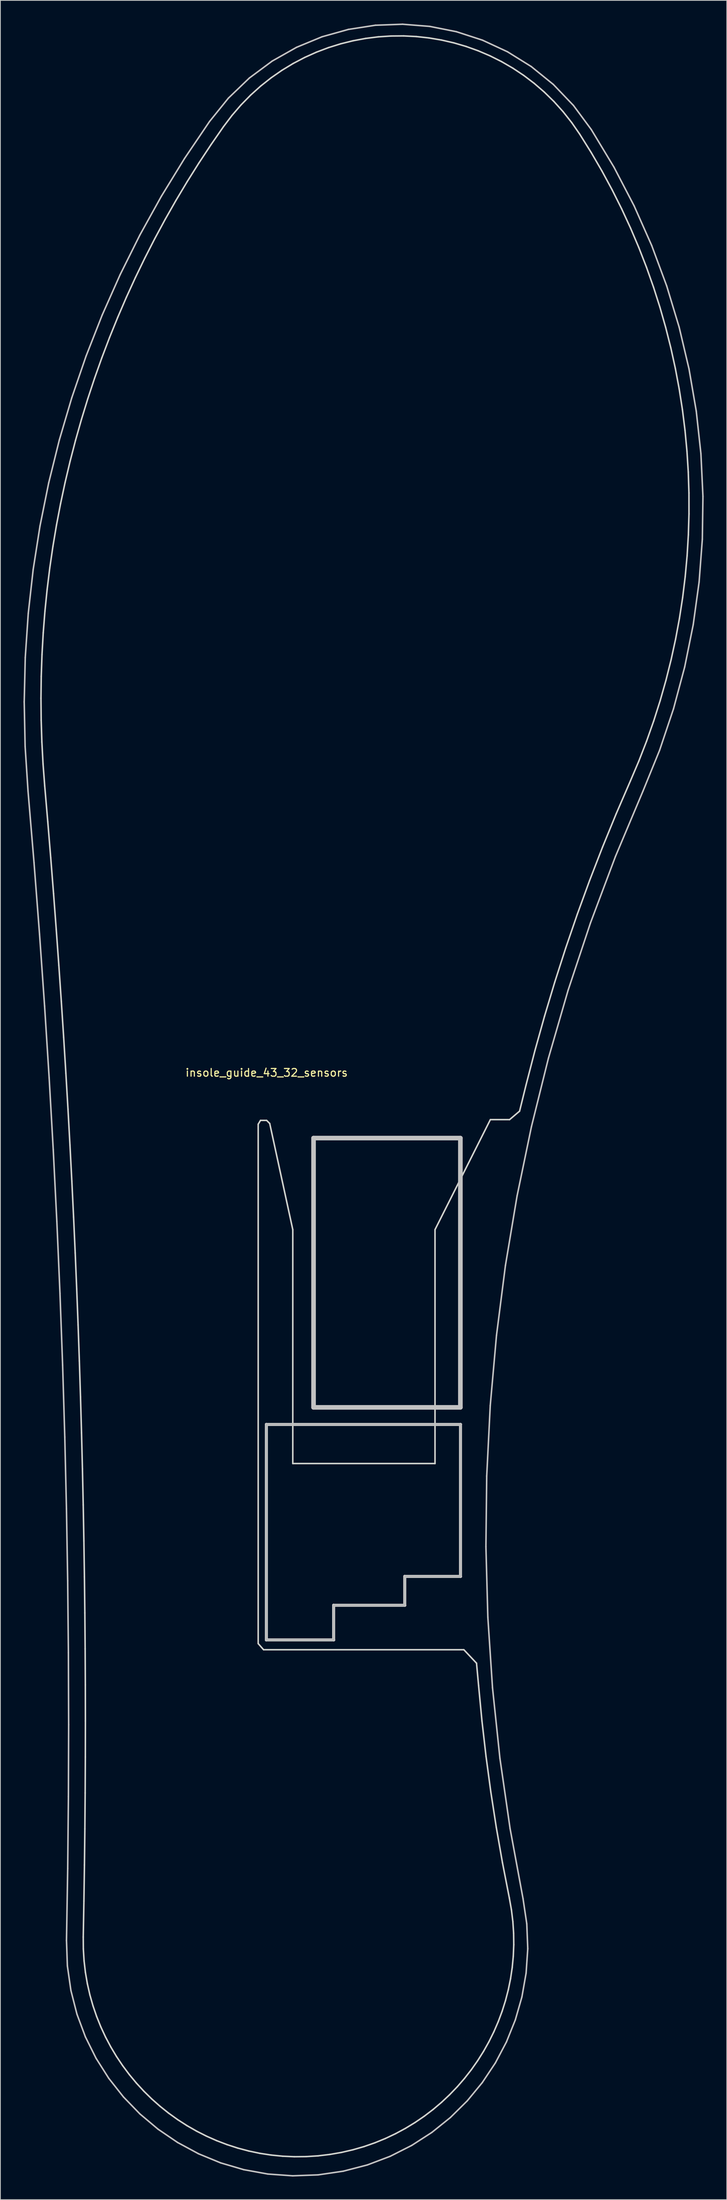
<source format=kicad_pcb>
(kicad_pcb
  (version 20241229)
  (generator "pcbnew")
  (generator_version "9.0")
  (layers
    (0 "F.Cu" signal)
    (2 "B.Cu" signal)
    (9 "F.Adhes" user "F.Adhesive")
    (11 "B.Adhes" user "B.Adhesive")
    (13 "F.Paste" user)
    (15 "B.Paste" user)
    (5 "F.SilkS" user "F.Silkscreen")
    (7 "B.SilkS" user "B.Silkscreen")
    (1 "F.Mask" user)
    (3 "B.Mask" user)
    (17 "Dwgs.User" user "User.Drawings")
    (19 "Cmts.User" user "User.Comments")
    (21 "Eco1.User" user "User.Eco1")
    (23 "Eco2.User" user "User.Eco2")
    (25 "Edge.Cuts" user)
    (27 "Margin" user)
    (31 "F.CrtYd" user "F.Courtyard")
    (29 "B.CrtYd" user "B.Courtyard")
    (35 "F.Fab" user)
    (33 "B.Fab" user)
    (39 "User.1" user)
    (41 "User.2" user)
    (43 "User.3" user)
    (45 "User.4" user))
  (footprint "insole_guide_43_32_sensors"
    (layer "F.Cu")
    (at 31.534 144.171)
    (property "Reference" "insole_guide_43_32_sensors" (at 0.1 -7.8 0) (layer "F.SilkS") (effects (font (size 1 1) (thickness 0.15))))
    (attr through_hole)
    (fp_line (start -31.434 -55.99) (end -31.316 -50.21) (stroke (width 0.2) (type solid)) (layer "Dwgs.User"))
    (fp_line (start -31.316 -50.21) (end -30.94 -44.421) (stroke (width 0.2) (type solid)) (layer "Dwgs.User"))
    (fp_line (start -31.298 -61.754) (end -31.434 -55.99) (stroke (width 0.2) (type solid)) (layer "Dwgs.User"))
    (fp_line (start -30.94 -44.421) (end -30.159 -35.104) (stroke (width 0.2) (type solid)) (layer "Dwgs.User"))
    (fp_line (start -30.909 -67.491) (end -31.298 -61.754) (stroke (width 0.2) (type solid)) (layer "Dwgs.User"))
    (fp_line (start -30.269 -73.196) (end -30.909 -67.491) (stroke (width 0.2) (type solid)) (layer "Dwgs.User"))
    (fp_line (start -30.159 -35.104) (end -29.44 -25.784) (stroke (width 0.2) (type solid)) (layer "Dwgs.User"))
    (fp_line (start -29.44 -25.784) (end -28.784 -16.459) (stroke (width 0.2) (type solid)) (layer "Dwgs.User"))
    (fp_line (start -29.381 -78.859) (end -30.269 -73.196) (stroke (width 0.2) (type solid)) (layer "Dwgs.User"))
    (fp_line (start -28.784 -16.459) (end -28.19 -7.131) (stroke (width 0.2) (type solid)) (layer "Dwgs.User"))
    (fp_line (start -28.247 -84.472) (end -29.381 -78.859) (stroke (width 0.2) (type solid)) (layer "Dwgs.User"))
    (fp_line (start -28.19 -7.131) (end -27.659 2.201) (stroke (width 0.2) (type solid)) (layer "Dwgs.User"))
    (fp_line (start -27.659 2.201) (end -27.19 11.536) (stroke (width 0.2) (type solid)) (layer "Dwgs.User"))
    (fp_line (start -27.19 11.536) (end -26.783 20.873) (stroke (width 0.2) (type solid)) (layer "Dwgs.User"))
    (fp_line (start -26.869 -90.028) (end -28.247 -84.472) (stroke (width 0.2) (type solid)) (layer "Dwgs.User"))
    (fp_line (start -26.783 20.873) (end -26.439 30.213) (stroke (width 0.2) (type solid)) (layer "Dwgs.User"))
    (fp_line (start -26.439 30.213) (end -26.157 39.555) (stroke (width 0.2) (type solid)) (layer "Dwgs.User"))
    (fp_line (start -26.157 39.555) (end -25.938 48.898) (stroke (width 0.2) (type solid)) (layer "Dwgs.User"))
    (fp_line (start -25.938 48.898) (end -25.781 58.244) (stroke (width 0.2) (type solid)) (layer "Dwgs.User"))
    (fp_line (start -25.934 104.98) (end -25.821 108.287) (stroke (width 0.2) (type solid)) (layer "Dwgs.User"))
    (fp_line (start -25.821 108.287) (end -25.361 111.491) (stroke (width 0.2) (type solid)) (layer "Dwgs.User"))
    (fp_line (start -25.781 58.244) (end -25.687 67.59) (stroke (width 0.2) (type solid)) (layer "Dwgs.User"))
    (fp_line (start -25.778 95.632) (end -25.934 104.98) (stroke (width 0.2) (type solid)) (layer "Dwgs.User"))
    (fp_line (start -25.687 67.59) (end -25.655 76.937) (stroke (width 0.2) (type solid)) (layer "Dwgs.User"))
    (fp_line (start -25.685 86.285) (end -25.778 95.632) (stroke (width 0.2) (type solid)) (layer "Dwgs.User"))
    (fp_line (start -25.655 76.937) (end -25.685 86.285) (stroke (width 0.2) (type solid)) (layer "Dwgs.User"))
    (fp_line (start -25.361 111.491) (end -24.573 114.572) (stroke (width 0.2) (type solid)) (layer "Dwgs.User"))
    (fp_line (start -25.249 -95.518) (end -26.869 -90.028) (stroke (width 0.2) (type solid)) (layer "Dwgs.User"))
    (fp_line (start -24.573 114.572) (end -23.476 117.515) (stroke (width 0.2) (type solid)) (layer "Dwgs.User"))
    (fp_line (start -23.476 117.515) (end -22.09 120.3) (stroke (width 0.2) (type solid)) (layer "Dwgs.User"))
    (fp_line (start -23.39 -100.935) (end -25.249 -95.518) (stroke (width 0.2) (type solid)) (layer "Dwgs.User"))
    (fp_line (start -22.09 120.3) (end -20.433 122.91) (stroke (width 0.2) (type solid)) (layer "Dwgs.User"))
    (fp_line (start -21.293 -106.27) (end -23.39 -100.935) (stroke (width 0.2) (type solid)) (layer "Dwgs.User"))
    (fp_line (start -20.433 122.91) (end -18.525 125.327) (stroke (width 0.2) (type solid)) (layer "Dwgs.User"))
    (fp_line (start -18.961 -111.515) (end -21.293 -106.27) (stroke (width 0.2) (type solid)) (layer "Dwgs.User"))
    (fp_line (start -18.525 125.327) (end -16.385 127.534) (stroke (width 0.2) (type solid)) (layer "Dwgs.User"))
    (fp_line (start -16.396 -116.662) (end -18.961 -111.515) (stroke (width 0.2) (type solid)) (layer "Dwgs.User"))
    (fp_line (start -16.385 127.534) (end -14.032 129.512) (stroke (width 0.2) (type solid)) (layer "Dwgs.User"))
    (fp_line (start -14.032 129.512) (end -11.485 131.243) (stroke (width 0.2) (type solid)) (layer "Dwgs.User"))
    (fp_line (start -13.6 -121.703) (end -16.396 -116.662) (stroke (width 0.2) (type solid)) (layer "Dwgs.User"))
    (fp_line (start -11.485 131.243) (end -8.764 132.71) (stroke (width 0.2) (type solid)) (layer "Dwgs.User"))
    (fp_line (start -10.576 -126.631) (end -13.6 -121.703) (stroke (width 0.2) (type solid)) (layer "Dwgs.User"))
    (fp_line (start -8.764 132.71) (end -5.887 133.895) (stroke (width 0.2) (type solid)) (layer "Dwgs.User"))
    (fp_line (start -7.325 -131.436) (end -10.576 -126.631) (stroke (width 0.2) (type solid)) (layer "Dwgs.User"))
    (fp_line (start -5.887 133.895) (end -2.874 134.78) (stroke (width 0.2) (type solid)) (layer "Dwgs.User"))
    (fp_line (start -4.872 -134.47) (end -7.325 -131.436) (stroke (width 0.2) (type solid)) (layer "Dwgs.User"))
    (fp_line (start -2.874 134.78) (end 0.256 135.346) (stroke (width 0.2) (type solid)) (layer "Dwgs.User"))
    (fp_line (start -2.141 -137.087) (end -4.872 -134.47) (stroke (width 0.2) (type solid)) (layer "Dwgs.User"))
    (fp_line (start -0.035 37.905) (end -0.032 37.896) (stroke (width 0.2) (type solid)) (layer "Dwgs.User"))
    (fp_line (start -0.035 37.913) (end -0.035 37.905) (stroke (width 0.2) (type solid)) (layer "Dwgs.User"))
    (fp_line (start -0.035 65.931) (end -0.035 37.913) (stroke (width 0.2) (type solid)) (layer "Dwgs.User"))
    (fp_line (start -0.035 65.931) (end -0.035 65.931) (stroke (width 0.2) (type solid)) (layer "Dwgs.User"))
    (fp_line (start -0.035 65.94) (end -0.035 65.931) (stroke (width 0.2) (type solid)) (layer "Dwgs.User"))
    (fp_line (start -0.032 37.896) (end -0.03 37.888) (stroke (width 0.2) (type solid)) (layer "Dwgs.User"))
    (fp_line (start -0.032 65.948) (end -0.035 65.94) (stroke (width 0.2) (type solid)) (layer "Dwgs.User"))
    (fp_line (start -0.03 37.888) (end -0.026 37.88) (stroke (width 0.2) (type solid)) (layer "Dwgs.User"))
    (fp_line (start -0.03 65.957) (end -0.032 65.948) (stroke (width 0.2) (type solid)) (layer "Dwgs.User"))
    (fp_line (start -0.026 37.88) (end -0.023 37.871) (stroke (width 0.2) (type solid)) (layer "Dwgs.User"))
    (fp_line (start -0.026 65.965) (end -0.03 65.957) (stroke (width 0.2) (type solid)) (layer "Dwgs.User"))
    (fp_line (start -0.023 37.871) (end -0.017 37.865) (stroke (width 0.2) (type solid)) (layer "Dwgs.User"))
    (fp_line (start -0.023 65.973) (end -0.026 65.965) (stroke (width 0.2) (type solid)) (layer "Dwgs.User"))
    (fp_line (start -0.017 37.865) (end -0.013 37.857) (stroke (width 0.2) (type solid)) (layer "Dwgs.User"))
    (fp_line (start -0.017 65.98) (end -0.023 65.973) (stroke (width 0.2) (type solid)) (layer "Dwgs.User"))
    (fp_line (start -0.013 37.857) (end -0.006 37.851) (stroke (width 0.2) (type solid)) (layer "Dwgs.User"))
    (fp_line (start -0.013 65.987) (end -0.017 65.98) (stroke (width 0.2) (type solid)) (layer "Dwgs.User"))
    (fp_line (start -0.006 37.851) (end 0 37.844) (stroke (width 0.2) (type solid)) (layer "Dwgs.User"))
    (fp_line (start -0.006 65.993) (end -0.013 65.987) (stroke (width 0.2) (type solid)) (layer "Dwgs.User"))
    (fp_line (start 0 37.844) (end 0.007 37.84) (stroke (width 0.2) (type solid)) (layer "Dwgs.User"))
    (fp_line (start 0 66) (end -0.006 65.993) (stroke (width 0.2) (type solid)) (layer "Dwgs.User"))
    (fp_line (start 0.007 37.84) (end 0.014 37.834) (stroke (width 0.2) (type solid)) (layer "Dwgs.User"))
    (fp_line (start 0.007 66.004) (end 0 66) (stroke (width 0.2) (type solid)) (layer "Dwgs.User"))
    (fp_line (start 0.014 37.834) (end 0.023 37.831) (stroke (width 0.2) (type solid)) (layer "Dwgs.User"))
    (fp_line (start 0.014 66.01) (end 0.007 66.004) (stroke (width 0.2) (type solid)) (layer "Dwgs.User"))
    (fp_line (start 0.023 37.831) (end 0.03 37.827) (stroke (width 0.2) (type solid)) (layer "Dwgs.User"))
    (fp_line (start 0.023 66.013) (end 0.014 66.01) (stroke (width 0.2) (type solid)) (layer "Dwgs.User"))
    (fp_line (start 0.03 37.827) (end 0.039 37.825) (stroke (width 0.2) (type solid)) (layer "Dwgs.User"))
    (fp_line (start 0.03 66.018) (end 0.023 66.013) (stroke (width 0.2) (type solid)) (layer "Dwgs.User"))
    (fp_line (start 0.039 37.825) (end 0.047 37.822) (stroke (width 0.2) (type solid)) (layer "Dwgs.User"))
    (fp_line (start 0.039 66.019) (end 0.03 66.018) (stroke (width 0.2) (type solid)) (layer "Dwgs.User"))
    (fp_line (start 0.047 37.822) (end 0.056 37.822) (stroke (width 0.2) (type solid)) (layer "Dwgs.User"))
    (fp_line (start 0.047 66.022) (end 0.039 66.019) (stroke (width 0.2) (type solid)) (layer "Dwgs.User"))
    (fp_line (start 0.056 37.822) (end 0.056 37.822) (stroke (width 0.2) (type solid)) (layer "Dwgs.User"))
    (fp_line (start 0.056 37.822) (end 25.324 37.822) (stroke (width 0.2) (type solid)) (layer "Dwgs.User"))
    (fp_line (start 0.056 66.022) (end 0.047 66.022) (stroke (width 0.2) (type solid)) (layer "Dwgs.User"))
    (fp_line (start 0.056 66.022) (end 0.056 66.022) (stroke (width 0.2) (type solid)) (layer "Dwgs.User"))
    (fp_line (start 0.165 38.022) (end 0.165 65.822) (stroke (width 0.2) (type solid)) (layer "Dwgs.User"))
    (fp_line (start 0.165 65.822) (end 8.715 65.822) (stroke (width 0.2) (type solid)) (layer "Dwgs.User"))
    (fp_line (start 0.256 135.346) (end 3.484 135.577) (stroke (width 0.2) (type solid)) (layer "Dwgs.User"))
    (fp_line (start 0.826 -139.287) (end -2.141 -137.087) (stroke (width 0.2) (type solid)) (layer "Dwgs.User"))
    (fp_line (start 3.484 135.577) (end 6.79 135.455) (stroke (width 0.2) (type solid)) (layer "Dwgs.User"))
    (fp_line (start 3.989 -141.072) (end 0.826 -139.287) (stroke (width 0.2) (type solid)) (layer "Dwgs.User"))
    (fp_line (start 6.2 0.7) (end 25.3 0.7) (stroke (width 0.6) (type solid)) (layer "Dwgs.User"))
    (fp_line (start 6.2 35.7) (end 6.2 0.7) (stroke (width 0.6) (type solid)) (layer "Dwgs.User"))
    (fp_line (start 6.79 135.455) (end 10.065 134.976) (stroke (width 0.2) (type solid)) (layer "Dwgs.User"))
    (fp_line (start 7.306 -142.442) (end 3.989 -141.072) (stroke (width 0.2) (type solid)) (layer "Dwgs.User"))
    (fp_line (start 8.715 61.405) (end 8.718 61.396) (stroke (width 0.2) (type solid)) (layer "Dwgs.User"))
    (fp_line (start 8.715 61.413) (end 8.715 61.405) (stroke (width 0.2) (type solid)) (layer "Dwgs.User"))
    (fp_line (start 8.715 61.413) (end 8.715 61.413) (stroke (width 0.2) (type solid)) (layer "Dwgs.User"))
    (fp_line (start 8.715 65.822) (end 8.715 61.413) (stroke (width 0.2) (type solid)) (layer "Dwgs.User"))
    (fp_line (start 8.718 61.396) (end 8.72 61.388) (stroke (width 0.2) (type solid)) (layer "Dwgs.User"))
    (fp_line (start 8.72 61.388) (end 8.724 61.38) (stroke (width 0.2) (type solid)) (layer "Dwgs.User"))
    (fp_line (start 8.724 61.38) (end 8.727 61.371) (stroke (width 0.2) (type solid)) (layer "Dwgs.User"))
    (fp_line (start 8.727 61.371) (end 8.733 61.365) (stroke (width 0.2) (type solid)) (layer "Dwgs.User"))
    (fp_line (start 8.733 61.365) (end 8.737 61.357) (stroke (width 0.2) (type solid)) (layer "Dwgs.User"))
    (fp_line (start 8.737 61.357) (end 8.744 61.351) (stroke (width 0.2) (type solid)) (layer "Dwgs.User"))
    (fp_line (start 8.744 61.351) (end 8.75 61.344) (stroke (width 0.2) (type solid)) (layer "Dwgs.User"))
    (fp_line (start 8.75 61.344) (end 8.757 61.34) (stroke (width 0.2) (type solid)) (layer "Dwgs.User"))
    (fp_line (start 8.757 61.34) (end 8.764 61.334) (stroke (width 0.2) (type solid)) (layer "Dwgs.User"))
    (fp_line (start 8.764 61.334) (end 8.773 61.331) (stroke (width 0.2) (type solid)) (layer "Dwgs.User"))
    (fp_line (start 8.773 61.331) (end 8.78 61.327) (stroke (width 0.2) (type solid)) (layer "Dwgs.User"))
    (fp_line (start 8.78 61.327) (end 8.789 61.325) (stroke (width 0.2) (type solid)) (layer "Dwgs.User"))
    (fp_line (start 8.789 61.325) (end 8.797 61.322) (stroke (width 0.2) (type solid)) (layer "Dwgs.User"))
    (fp_line (start 8.797 61.322) (end 8.806 61.322) (stroke (width 0.2) (type solid)) (layer "Dwgs.User"))
    (fp_line (start 8.806 61.322) (end 8.806 61.322) (stroke (width 0.2) (type solid)) (layer "Dwgs.User"))
    (fp_line (start 8.806 61.322) (end 17.965 61.322) (stroke (width 0.2) (type solid)) (layer "Dwgs.User"))
    (fp_line (start 8.824 66.022) (end 0.056 66.022) (stroke (width 0.2) (type solid)) (layer "Dwgs.User"))
    (fp_line (start 8.824 66.022) (end 8.824 66.022) (stroke (width 0.2) (type solid)) (layer "Dwgs.User"))
    (fp_line (start 8.833 66.022) (end 8.824 66.022) (stroke (width 0.2) (type solid)) (layer "Dwgs.User"))
    (fp_line (start 8.841 66.019) (end 8.833 66.022) (stroke (width 0.2) (type solid)) (layer "Dwgs.User"))
    (fp_line (start 8.85 66.018) (end 8.841 66.019) (stroke (width 0.2) (type solid)) (layer "Dwgs.User"))
    (fp_line (start 8.857 66.013) (end 8.85 66.018) (stroke (width 0.2) (type solid)) (layer "Dwgs.User"))
    (fp_line (start 8.866 66.01) (end 8.857 66.013) (stroke (width 0.2) (type solid)) (layer "Dwgs.User"))
    (fp_line (start 8.873 66.004) (end 8.866 66.01) (stroke (width 0.2) (type solid)) (layer "Dwgs.User"))
    (fp_line (start 8.88 66) (end 8.873 66.004) (stroke (width 0.2) (type solid)) (layer "Dwgs.User"))
    (fp_line (start 8.886 65.993) (end 8.88 66) (stroke (width 0.2) (type solid)) (layer "Dwgs.User"))
    (fp_line (start 8.893 65.987) (end 8.886 65.993) (stroke (width 0.2) (type solid)) (layer "Dwgs.User"))
    (fp_line (start 8.897 65.98) (end 8.893 65.987) (stroke (width 0.2) (type solid)) (layer "Dwgs.User"))
    (fp_line (start 8.903 65.973) (end 8.897 65.98) (stroke (width 0.2) (type solid)) (layer "Dwgs.User"))
    (fp_line (start 8.906 65.965) (end 8.903 65.973) (stroke (width 0.2) (type solid)) (layer "Dwgs.User"))
    (fp_line (start 8.91 65.957) (end 8.906 65.965) (stroke (width 0.2) (type solid)) (layer "Dwgs.User"))
    (fp_line (start 8.912 65.948) (end 8.91 65.957) (stroke (width 0.2) (type solid)) (layer "Dwgs.User"))
    (fp_line (start 8.915 61.522) (end 8.915 65.931) (stroke (width 0.2) (type solid)) (layer "Dwgs.User"))
    (fp_line (start 8.915 65.931) (end 8.915 65.931) (stroke (width 0.2) (type solid)) (layer "Dwgs.User"))
    (fp_line (start 8.915 65.931) (end 8.915 65.94) (stroke (width 0.2) (type solid)) (layer "Dwgs.User"))
    (fp_line (start 8.915 65.94) (end 8.912 65.948) (stroke (width 0.2) (type solid)) (layer "Dwgs.User"))
    (fp_line (start 10.065 134.976) (end 13.197 134.164) (stroke (width 0.2) (type solid)) (layer "Dwgs.User"))
    (fp_line (start 10.738 -143.398) (end 7.306 -142.442) (stroke (width 0.2) (type solid)) (layer "Dwgs.User"))
    (fp_line (start 13.197 134.164) (end 16.173 133.039) (stroke (width 0.2) (type solid)) (layer "Dwgs.User"))
    (fp_line (start 14.243 -143.941) (end 10.738 -143.398) (stroke (width 0.2) (type solid)) (layer "Dwgs.User"))
    (fp_line (start 16.173 133.039) (end 18.975 131.623) (stroke (width 0.2) (type solid)) (layer "Dwgs.User"))
    (fp_line (start 17.78 -144.071) (end 14.243 -143.941) (stroke (width 0.2) (type solid)) (layer "Dwgs.User"))
    (fp_line (start 17.965 57.655) (end 17.968 57.646) (stroke (width 0.2) (type solid)) (layer "Dwgs.User"))
    (fp_line (start 17.965 57.663) (end 17.965 57.655) (stroke (width 0.2) (type solid)) (layer "Dwgs.User"))
    (fp_line (start 17.965 57.663) (end 17.965 57.663) (stroke (width 0.2) (type solid)) (layer "Dwgs.User"))
    (fp_line (start 17.965 61.322) (end 17.965 57.663) (stroke (width 0.2) (type solid)) (layer "Dwgs.User"))
    (fp_line (start 17.968 57.646) (end 17.97 57.638) (stroke (width 0.2) (type solid)) (layer "Dwgs.User"))
    (fp_line (start 17.97 57.638) (end 17.974 57.63) (stroke (width 0.2) (type solid)) (layer "Dwgs.User"))
    (fp_line (start 17.974 57.63) (end 17.977 57.621) (stroke (width 0.2) (type solid)) (layer "Dwgs.User"))
    (fp_line (start 17.977 57.621) (end 17.983 57.615) (stroke (width 0.2) (type solid)) (layer "Dwgs.User"))
    (fp_line (start 17.983 57.615) (end 17.987 57.607) (stroke (width 0.2) (type solid)) (layer "Dwgs.User"))
    (fp_line (start 17.987 57.607) (end 17.994 57.601) (stroke (width 0.2) (type solid)) (layer "Dwgs.User"))
    (fp_line (start 17.994 57.601) (end 18 57.594) (stroke (width 0.2) (type solid)) (layer "Dwgs.User"))
    (fp_line (start 18 57.594) (end 18.007 57.59) (stroke (width 0.2) (type solid)) (layer "Dwgs.User"))
    (fp_line (start 18.007 57.59) (end 18.014 57.584) (stroke (width 0.2) (type solid)) (layer "Dwgs.User"))
    (fp_line (start 18.014 57.584) (end 18.023 57.581) (stroke (width 0.2) (type solid)) (layer "Dwgs.User"))
    (fp_line (start 18.023 57.581) (end 18.03 57.577) (stroke (width 0.2) (type solid)) (layer "Dwgs.User"))
    (fp_line (start 18.03 57.577) (end 18.039 57.575) (stroke (width 0.2) (type solid)) (layer "Dwgs.User"))
    (fp_line (start 18.039 57.575) (end 18.047 57.572) (stroke (width 0.2) (type solid)) (layer "Dwgs.User"))
    (fp_line (start 18.047 57.572) (end 18.056 57.572) (stroke (width 0.2) (type solid)) (layer "Dwgs.User"))
    (fp_line (start 18.056 57.572) (end 18.056 57.572) (stroke (width 0.2) (type solid)) (layer "Dwgs.User"))
    (fp_line (start 18.056 57.572) (end 25.215 57.572) (stroke (width 0.2) (type solid)) (layer "Dwgs.User"))
    (fp_line (start 18.074 61.522) (end 8.915 61.522) (stroke (width 0.2) (type solid)) (layer "Dwgs.User"))
    (fp_line (start 18.074 61.522) (end 18.074 61.522) (stroke (width 0.2) (type solid)) (layer "Dwgs.User"))
    (fp_line (start 18.083 61.522) (end 18.074 61.522) (stroke (width 0.2) (type solid)) (layer "Dwgs.User"))
    (fp_line (start 18.091 61.519) (end 18.083 61.522) (stroke (width 0.2) (type solid)) (layer "Dwgs.User"))
    (fp_line (start 18.1 61.518) (end 18.091 61.519) (stroke (width 0.2) (type solid)) (layer "Dwgs.User"))
    (fp_line (start 18.107 61.513) (end 18.1 61.518) (stroke (width 0.2) (type solid)) (layer "Dwgs.User"))
    (fp_line (start 18.116 61.51) (end 18.107 61.513) (stroke (width 0.2) (type solid)) (layer "Dwgs.User"))
    (fp_line (start 18.123 61.504) (end 18.116 61.51) (stroke (width 0.2) (type solid)) (layer "Dwgs.User"))
    (fp_line (start 18.13 61.5) (end 18.123 61.504) (stroke (width 0.2) (type solid)) (layer "Dwgs.User"))
    (fp_line (start 18.136 61.493) (end 18.13 61.5) (stroke (width 0.2) (type solid)) (layer "Dwgs.User"))
    (fp_line (start 18.143 61.487) (end 18.136 61.493) (stroke (width 0.2) (type solid)) (layer "Dwgs.User"))
    (fp_line (start 18.147 61.48) (end 18.143 61.487) (stroke (width 0.2) (type solid)) (layer "Dwgs.User"))
    (fp_line (start 18.153 61.473) (end 18.147 61.48) (stroke (width 0.2) (type solid)) (layer "Dwgs.User"))
    (fp_line (start 18.156 61.465) (end 18.153 61.473) (stroke (width 0.2) (type solid)) (layer "Dwgs.User"))
    (fp_line (start 18.16 61.457) (end 18.156 61.465) (stroke (width 0.2) (type solid)) (layer "Dwgs.User"))
    (fp_line (start 18.162 61.448) (end 18.16 61.457) (stroke (width 0.2) (type solid)) (layer "Dwgs.User"))
    (fp_line (start 18.165 57.772) (end 18.165 61.431) (stroke (width 0.2) (type solid)) (layer "Dwgs.User"))
    (fp_line (start 18.165 61.431) (end 18.165 61.431) (stroke (width 0.2) (type solid)) (layer "Dwgs.User"))
    (fp_line (start 18.165 61.431) (end 18.165 61.44) (stroke (width 0.2) (type solid)) (layer "Dwgs.User"))
    (fp_line (start 18.165 61.44) (end 18.162 61.448) (stroke (width 0.2) (type solid)) (layer "Dwgs.User"))
    (fp_line (start 18.975 131.623) (end 21.59 129.936) (stroke (width 0.2) (type solid)) (layer "Dwgs.User"))
    (fp_line (start 21.308 -143.791) (end 17.78 -144.071) (stroke (width 0.2) (type solid)) (layer "Dwgs.User"))
    (fp_line (start 21.59 129.936) (end 24 128) (stroke (width 0.2) (type solid)) (layer "Dwgs.User"))
    (fp_line (start 24 128) (end 26.191 125.836) (stroke (width 0.2) (type solid)) (layer "Dwgs.User"))
    (fp_line (start 24.786 -143.1) (end 21.308 -143.791) (stroke (width 0.2) (type solid)) (layer "Dwgs.User"))
    (fp_line (start 25.215 38.022) (end 0.165 38.022) (stroke (width 0.2) (type solid)) (layer "Dwgs.User"))
    (fp_line (start 25.215 57.572) (end 25.215 38.022) (stroke (width 0.2) (type solid)) (layer "Dwgs.User"))
    (fp_line (start 25.3 0.7) (end 25.3 35.7) (stroke (width 0.6) (type solid)) (layer "Dwgs.User"))
    (fp_line (start 25.3 35.7) (end 6.2 35.7) (stroke (width 0.6) (type solid)) (layer "Dwgs.User"))
    (fp_line (start 25.324 37.822) (end 25.324 37.822) (stroke (width 0.2) (type solid)) (layer "Dwgs.User"))
    (fp_line (start 25.324 37.822) (end 25.333 37.822) (stroke (width 0.2) (type solid)) (layer "Dwgs.User"))
    (fp_line (start 25.324 57.772) (end 18.165 57.772) (stroke (width 0.2) (type solid)) (layer "Dwgs.User"))
    (fp_line (start 25.324 57.772) (end 25.324 57.772) (stroke (width 0.2) (type solid)) (layer "Dwgs.User"))
    (fp_line (start 25.333 37.822) (end 25.341 37.825) (stroke (width 0.2) (type solid)) (layer "Dwgs.User"))
    (fp_line (start 25.333 57.772) (end 25.324 57.772) (stroke (width 0.2) (type solid)) (layer "Dwgs.User"))
    (fp_line (start 25.341 37.825) (end 25.35 37.827) (stroke (width 0.2) (type solid)) (layer "Dwgs.User"))
    (fp_line (start 25.341 57.769) (end 25.333 57.772) (stroke (width 0.2) (type solid)) (layer "Dwgs.User"))
    (fp_line (start 25.35 37.827) (end 25.357 37.831) (stroke (width 0.2) (type solid)) (layer "Dwgs.User"))
    (fp_line (start 25.35 57.768) (end 25.341 57.769) (stroke (width 0.2) (type solid)) (layer "Dwgs.User"))
    (fp_line (start 25.357 37.831) (end 25.366 37.834) (stroke (width 0.2) (type solid)) (layer "Dwgs.User"))
    (fp_line (start 25.357 57.763) (end 25.35 57.768) (stroke (width 0.2) (type solid)) (layer "Dwgs.User"))
    (fp_line (start 25.366 37.834) (end 25.373 37.84) (stroke (width 0.2) (type solid)) (layer "Dwgs.User"))
    (fp_line (start 25.366 57.76) (end 25.357 57.763) (stroke (width 0.2) (type solid)) (layer "Dwgs.User"))
    (fp_line (start 25.373 37.84) (end 25.38 37.844) (stroke (width 0.2) (type solid)) (layer "Dwgs.User"))
    (fp_line (start 25.373 57.754) (end 25.366 57.76) (stroke (width 0.2) (type solid)) (layer "Dwgs.User"))
    (fp_line (start 25.38 37.844) (end 25.386 37.851) (stroke (width 0.2) (type solid)) (layer "Dwgs.User"))
    (fp_line (start 25.38 57.75) (end 25.373 57.754) (stroke (width 0.2) (type solid)) (layer "Dwgs.User"))
    (fp_line (start 25.386 37.851) (end 25.393 37.857) (stroke (width 0.2) (type solid)) (layer "Dwgs.User"))
    (fp_line (start 25.386 57.743) (end 25.38 57.75) (stroke (width 0.2) (type solid)) (layer "Dwgs.User"))
    (fp_line (start 25.393 37.857) (end 25.397 37.865) (stroke (width 0.2) (type solid)) (layer "Dwgs.User"))
    (fp_line (start 25.393 57.737) (end 25.386 57.743) (stroke (width 0.2) (type solid)) (layer "Dwgs.User"))
    (fp_line (start 25.397 37.865) (end 25.403 37.871) (stroke (width 0.2) (type solid)) (layer "Dwgs.User"))
    (fp_line (start 25.397 57.73) (end 25.393 57.737) (stroke (width 0.2) (type solid)) (layer "Dwgs.User"))
    (fp_line (start 25.403 37.871) (end 25.406 37.88) (stroke (width 0.2) (type solid)) (layer "Dwgs.User"))
    (fp_line (start 25.403 57.723) (end 25.397 57.73) (stroke (width 0.2) (type solid)) (layer "Dwgs.User"))
    (fp_line (start 25.406 37.88) (end 25.41 37.888) (stroke (width 0.2) (type solid)) (layer "Dwgs.User"))
    (fp_line (start 25.406 57.715) (end 25.403 57.723) (stroke (width 0.2) (type solid)) (layer "Dwgs.User"))
    (fp_line (start 25.41 37.888) (end 25.412 37.896) (stroke (width 0.2) (type solid)) (layer "Dwgs.User"))
    (fp_line (start 25.41 57.707) (end 25.406 57.715) (stroke (width 0.2) (type solid)) (layer "Dwgs.User"))
    (fp_line (start 25.412 37.896) (end 25.415 37.905) (stroke (width 0.2) (type solid)) (layer "Dwgs.User"))
    (fp_line (start 25.412 57.698) (end 25.41 57.707) (stroke (width 0.2) (type solid)) (layer "Dwgs.User"))
    (fp_line (start 25.415 37.905) (end 25.415 37.913) (stroke (width 0.2) (type solid)) (layer "Dwgs.User"))
    (fp_line (start 25.415 37.913) (end 25.415 37.913) (stroke (width 0.2) (type solid)) (layer "Dwgs.User"))
    (fp_line (start 25.415 37.913) (end 25.415 57.681) (stroke (width 0.2) (type solid)) (layer "Dwgs.User"))
    (fp_line (start 25.415 57.681) (end 25.415 57.681) (stroke (width 0.2) (type solid)) (layer "Dwgs.User"))
    (fp_line (start 25.415 57.681) (end 25.415 57.69) (stroke (width 0.2) (type solid)) (layer "Dwgs.User"))
    (fp_line (start 25.415 57.69) (end 25.412 57.698) (stroke (width 0.2) (type solid)) (layer "Dwgs.User"))
    (fp_line (start 26.191 125.836) (end 28.146 123.464) (stroke (width 0.2) (type solid)) (layer "Dwgs.User"))
    (fp_line (start 28.146 123.464) (end 29.851 120.906) (stroke (width 0.2) (type solid)) (layer "Dwgs.User"))
    (fp_line (start 28.174 -142) (end 24.786 -143.1) (stroke (width 0.2) (type solid)) (layer "Dwgs.User"))
    (fp_line (start 28.622 53.796) (end 28.726 44.625) (stroke (width 0.2) (type solid)) (layer "Dwgs.User"))
    (fp_line (start 28.726 44.625) (end 29.185 35.471) (stroke (width 0.2) (type solid)) (layer "Dwgs.User"))
    (fp_line (start 28.872 62.974) (end 28.622 53.796) (stroke (width 0.2) (type solid)) (layer "Dwgs.User"))
    (fp_line (start 29.185 35.471) (end 29.997 26.346) (stroke (width 0.2) (type solid)) (layer "Dwgs.User"))
    (fp_line (start 29.479 72.15) (end 28.872 62.974) (stroke (width 0.2) (type solid)) (layer "Dwgs.User"))
    (fp_line (start 29.851 120.906) (end 31.289 118.183) (stroke (width 0.2) (type solid)) (layer "Dwgs.User"))
    (fp_line (start 29.997 26.346) (end 31.16 17.258) (stroke (width 0.2) (type solid)) (layer "Dwgs.User"))
    (fp_line (start 30.443 81.311) (end 29.479 72.15) (stroke (width 0.2) (type solid)) (layer "Dwgs.User"))
    (fp_line (start 31.16 17.258) (end 32.674 8.219) (stroke (width 0.2) (type solid)) (layer "Dwgs.User"))
    (fp_line (start 31.289 118.183) (end 32.445 115.316) (stroke (width 0.2) (type solid)) (layer "Dwgs.User"))
    (fp_line (start 31.431 -140.49) (end 28.174 -142) (stroke (width 0.2) (type solid)) (layer "Dwgs.User"))
    (fp_line (start 31.766 90.449) (end 30.443 81.311) (stroke (width 0.2) (type solid)) (layer "Dwgs.User"))
    (fp_line (start 32.445 115.316) (end 33.304 112.326) (stroke (width 0.2) (type solid)) (layer "Dwgs.User"))
    (fp_line (start 32.674 8.219) (end 34.538 -0.762) (stroke (width 0.2) (type solid)) (layer "Dwgs.User"))
    (fp_line (start 33.304 112.326) (end 33.849 109.233) (stroke (width 0.2) (type solid)) (layer "Dwgs.User"))
    (fp_line (start 33.449 99.553) (end 31.766 90.449) (stroke (width 0.2) (type solid)) (layer "Dwgs.User"))
    (fp_line (start 33.849 109.233) (end 34.065 106.06) (stroke (width 0.2) (type solid)) (layer "Dwgs.User"))
    (fp_line (start 33.937 102.826) (end 33.449 99.553) (stroke (width 0.2) (type solid)) (layer "Dwgs.User"))
    (fp_line (start 34.065 106.06) (end 33.937 102.826) (stroke (width 0.2) (type solid)) (layer "Dwgs.User"))
    (fp_line (start 34.515 -138.573) (end 31.431 -140.49) (stroke (width 0.2) (type solid)) (layer "Dwgs.User"))
    (fp_line (start 34.538 -0.762) (end 36.75 -9.673) (stroke (width 0.2) (type solid)) (layer "Dwgs.User"))
    (fp_line (start 36.75 -9.673) (end 39.309 -18.505) (stroke (width 0.2) (type solid)) (layer "Dwgs.User"))
    (fp_line (start 37.386 -136.249) (end 34.515 -138.573) (stroke (width 0.2) (type solid)) (layer "Dwgs.User"))
    (fp_line (start 39.309 -18.505) (end 42.215 -27.247) (stroke (width 0.2) (type solid)) (layer "Dwgs.User"))
    (fp_line (start 40.004 -133.519) (end 37.386 -136.249) (stroke (width 0.2) (type solid)) (layer "Dwgs.User"))
    (fp_line (start 42.215 -27.247) (end 45.465 -35.889) (stroke (width 0.2) (type solid)) (layer "Dwgs.User"))
    (fp_line (start 42.326 -130.384) (end 40.004 -133.519) (stroke (width 0.2) (type solid)) (layer "Dwgs.User"))
    (fp_line (start 45.278 -125.494) (end 42.326 -130.384) (stroke (width 0.2) (type solid)) (layer "Dwgs.User"))
    (fp_line (start 45.465 -35.889) (end 49.06 -44.421) (stroke (width 0.2) (type solid)) (layer "Dwgs.User"))
    (fp_line (start 47.898 -120.465) (end 45.278 -125.494) (stroke (width 0.2) (type solid)) (layer "Dwgs.User"))
    (fp_line (start 49.06 -44.421) (end 51.215 -49.71) (stroke (width 0.2) (type solid)) (layer "Dwgs.User"))
    (fp_line (start 50.186 -115.312) (end 47.898 -120.465) (stroke (width 0.2) (type solid)) (layer "Dwgs.User"))
    (fp_line (start 51.215 -49.71) (end 53.02 -55.086) (stroke (width 0.2) (type solid)) (layer "Dwgs.User"))
    (fp_line (start 52.139 -110.051) (end 50.186 -115.312) (stroke (width 0.2) (type solid)) (layer "Dwgs.User"))
    (fp_line (start 53.02 -55.086) (end 54.477 -60.533) (stroke (width 0.2) (type solid)) (layer "Dwgs.User"))
    (fp_line (start 53.757 -104.699) (end 52.139 -110.051) (stroke (width 0.2) (type solid)) (layer "Dwgs.User"))
    (fp_line (start 54.477 -60.533) (end 55.587 -66.034) (stroke (width 0.2) (type solid)) (layer "Dwgs.User"))
    (fp_line (start 55.039 -99.271) (end 53.757 -104.699) (stroke (width 0.2) (type solid)) (layer "Dwgs.User"))
    (fp_line (start 55.587 -66.034) (end 56.352 -71.573) (stroke (width 0.2) (type solid)) (layer "Dwgs.User"))
    (fp_line (start 55.982 -93.785) (end 55.039 -99.271) (stroke (width 0.2) (type solid)) (layer "Dwgs.User"))
    (fp_line (start 56.352 -71.573) (end 56.773 -77.133) (stroke (width 0.2) (type solid)) (layer "Dwgs.User"))
    (fp_line (start 56.587 -88.256) (end 55.982 -93.785) (stroke (width 0.2) (type solid)) (layer "Dwgs.User"))
    (fp_line (start 56.773 -77.133) (end 56.851 -82.7) (stroke (width 0.2) (type solid)) (layer "Dwgs.User"))
    (fp_line (start 56.851 -82.7) (end 56.587 -88.256) (stroke (width 0.2) (type solid)) (layer "Dwgs.User"))
    (fp_line (start -29.255 -56.469) (end -29.228 -53.625) (stroke (width 0.2) (type solid)) (layer "Edge.Cuts"))
    (fp_line (start -29.228 -53.625) (end -29.138 -50.777) (stroke (width 0.2) (type solid)) (layer "Edge.Cuts"))
    (fp_line (start -29.219 -59.309) (end -29.255 -56.469) (stroke (width 0.2) (type solid)) (layer "Edge.Cuts"))
    (fp_line (start -29.138 -50.777) (end -28.985 -47.927) (stroke (width 0.2) (type solid)) (layer "Edge.Cuts"))
    (fp_line (start -29.121 -62.144) (end -29.219 -59.309) (stroke (width 0.2) (type solid)) (layer "Edge.Cuts"))
    (fp_line (start -28.985 -47.927) (end -28.768 -45.076) (stroke (width 0.2) (type solid)) (layer "Edge.Cuts"))
    (fp_line (start -28.96 -64.972) (end -29.121 -62.144) (stroke (width 0.2) (type solid)) (layer "Edge.Cuts"))
    (fp_line (start -28.768 -45.076) (end -28.369 -40.412) (stroke (width 0.2) (type solid)) (layer "Edge.Cuts"))
    (fp_line (start -28.738 -67.794) (end -28.96 -64.972) (stroke (width 0.2) (type solid)) (layer "Edge.Cuts"))
    (fp_line (start -28.453 -70.607) (end -28.738 -67.794) (stroke (width 0.2) (type solid)) (layer "Edge.Cuts"))
    (fp_line (start -28.369 -40.412) (end -27.986 -35.746) (stroke (width 0.2) (type solid)) (layer "Edge.Cuts"))
    (fp_line (start -28.108 -73.411) (end -28.453 -70.607) (stroke (width 0.2) (type solid)) (layer "Edge.Cuts"))
    (fp_line (start -27.986 -35.746) (end -27.619 -31.08) (stroke (width 0.2) (type solid)) (layer "Edge.Cuts"))
    (fp_line (start -27.701 -76.205) (end -28.108 -73.411) (stroke (width 0.2) (type solid)) (layer "Edge.Cuts"))
    (fp_line (start -27.619 -31.08) (end -27.267 -26.412) (stroke (width 0.2) (type solid)) (layer "Edge.Cuts"))
    (fp_line (start -27.267 -26.412) (end -26.93 -21.744) (stroke (width 0.2) (type solid)) (layer "Edge.Cuts"))
    (fp_line (start -27.234 -78.987) (end -27.701 -76.205) (stroke (width 0.2) (type solid)) (layer "Edge.Cuts"))
    (fp_line (start -26.93 -21.744) (end -26.609 -17.074) (stroke (width 0.2) (type solid)) (layer "Edge.Cuts"))
    (fp_line (start -26.705 -81.758) (end -27.234 -78.987) (stroke (width 0.2) (type solid)) (layer "Edge.Cuts"))
    (fp_line (start -26.609 -17.074) (end -26.304 -12.404) (stroke (width 0.2) (type solid)) (layer "Edge.Cuts"))
    (fp_line (start -26.304 -12.404) (end -26.015 -7.733) (stroke (width 0.2) (type solid)) (layer "Edge.Cuts"))
    (fp_line (start -26.117 -84.515) (end -26.705 -81.758) (stroke (width 0.2) (type solid)) (layer "Edge.Cuts"))
    (fp_line (start -26.015 -7.733) (end -25.741 -3.061) (stroke (width 0.2) (type solid)) (layer "Edge.Cuts"))
    (fp_line (start -25.741 -3.061) (end -25.483 1.612) (stroke (width 0.2) (type solid)) (layer "Edge.Cuts"))
    (fp_line (start -25.483 1.612) (end -25.24 6.286) (stroke (width 0.2) (type solid)) (layer "Edge.Cuts"))
    (fp_line (start -25.468 -87.258) (end -26.117 -84.515) (stroke (width 0.2) (type solid)) (layer "Edge.Cuts"))
    (fp_line (start -25.24 6.286) (end -25.013 10.96) (stroke (width 0.2) (type solid)) (layer "Edge.Cuts"))
    (fp_line (start -25.013 10.96) (end -24.801 15.635) (stroke (width 0.2) (type solid)) (layer "Edge.Cuts"))
    (fp_line (start -24.801 15.635) (end -24.606 20.311) (stroke (width 0.2) (type solid)) (layer "Edge.Cuts"))
    (fp_line (start -24.76 -89.986) (end -25.468 -87.258) (stroke (width 0.2) (type solid)) (layer "Edge.Cuts"))
    (fp_line (start -24.606 20.311) (end -24.426 24.987) (stroke (width 0.2) (type solid)) (layer "Edge.Cuts"))
    (fp_line (start -24.426 24.987) (end -24.261 29.664) (stroke (width 0.2) (type solid)) (layer "Edge.Cuts"))
    (fp_line (start -24.261 29.664) (end -24.112 34.342) (stroke (width 0.2) (type solid)) (layer "Edge.Cuts"))
    (fp_line (start -24.112 34.342) (end -23.979 39.019) (stroke (width 0.2) (type solid)) (layer "Edge.Cuts"))
    (fp_line (start -23.992 -92.698) (end -24.76 -89.986) (stroke (width 0.2) (type solid)) (layer "Edge.Cuts"))
    (fp_line (start -23.979 39.019) (end -23.861 43.698) (stroke (width 0.2) (type solid)) (layer "Edge.Cuts"))
    (fp_line (start -23.861 43.698) (end -23.759 48.377) (stroke (width 0.2) (type solid)) (layer "Edge.Cuts"))
    (fp_line (start -23.759 48.377) (end -23.673 53.056) (stroke (width 0.2) (type solid)) (layer "Edge.Cuts"))
    (fp_line (start -23.755 104.539) (end -23.744 106.093) (stroke (width 0.2) (type solid)) (layer "Edge.Cuts"))
    (fp_line (start -23.744 106.093) (end -23.65 107.625) (stroke (width 0.2) (type solid)) (layer "Edge.Cuts"))
    (fp_line (start -23.673 53.056) (end -23.602 57.735) (stroke (width 0.2) (type solid)) (layer "Edge.Cuts"))
    (fp_line (start -23.669 99.858) (end -23.755 104.539) (stroke (width 0.2) (type solid)) (layer "Edge.Cuts"))
    (fp_line (start -23.65 107.625) (end -23.474 109.133) (stroke (width 0.2) (type solid)) (layer "Edge.Cuts"))
    (fp_line (start -23.602 57.735) (end -23.547 62.415) (stroke (width 0.2) (type solid)) (layer "Edge.Cuts"))
    (fp_line (start -23.599 95.177) (end -23.669 99.858) (stroke (width 0.2) (type solid)) (layer "Edge.Cuts"))
    (fp_line (start -23.547 62.415) (end -23.508 67.095) (stroke (width 0.2) (type solid)) (layer "Edge.Cuts"))
    (fp_line (start -23.545 90.497) (end -23.599 95.177) (stroke (width 0.2) (type solid)) (layer "Edge.Cuts"))
    (fp_line (start -23.508 67.095) (end -23.484 71.775) (stroke (width 0.2) (type solid)) (layer "Edge.Cuts"))
    (fp_line (start -23.506 85.816) (end -23.545 90.497) (stroke (width 0.2) (type solid)) (layer "Edge.Cuts"))
    (fp_line (start -23.484 71.775) (end -23.475 76.455) (stroke (width 0.2) (type solid)) (layer "Edge.Cuts"))
    (fp_line (start -23.483 81.136) (end -23.506 85.816) (stroke (width 0.2) (type solid)) (layer "Edge.Cuts"))
    (fp_line (start -23.475 76.455) (end -23.483 81.136) (stroke (width 0.2) (type solid)) (layer "Edge.Cuts"))
    (fp_line (start -23.474 109.133) (end -23.22 110.615) (stroke (width 0.2) (type solid)) (layer "Edge.Cuts"))
    (fp_line (start -23.22 110.615) (end -22.89 112.068) (stroke (width 0.2) (type solid)) (layer "Edge.Cuts"))
    (fp_line (start -23.165 -95.392) (end -23.992 -92.698) (stroke (width 0.2) (type solid)) (layer "Edge.Cuts"))
    (fp_line (start -22.89 112.068) (end -22.485 113.491) (stroke (width 0.2) (type solid)) (layer "Edge.Cuts"))
    (fp_line (start -22.485 113.491) (end -22.008 114.882) (stroke (width 0.2) (type solid)) (layer "Edge.Cuts"))
    (fp_line (start -22.279 -98.069) (end -23.165 -95.392) (stroke (width 0.2) (type solid)) (layer "Edge.Cuts"))
    (fp_line (start -22.008 114.882) (end -21.461 116.238) (stroke (width 0.2) (type solid)) (layer "Edge.Cuts"))
    (fp_line (start -21.461 116.238) (end -20.847 117.557) (stroke (width 0.2) (type solid)) (layer "Edge.Cuts"))
    (fp_line (start -21.334 -100.726) (end -22.279 -98.069) (stroke (width 0.2) (type solid)) (layer "Edge.Cuts"))
    (fp_line (start -20.847 117.557) (end -20.167 118.837) (stroke (width 0.2) (type solid)) (layer "Edge.Cuts"))
    (fp_line (start -20.331 -103.363) (end -21.334 -100.726) (stroke (width 0.2) (type solid)) (layer "Edge.Cuts"))
    (fp_line (start -20.167 118.837) (end -19.425 120.077) (stroke (width 0.2) (type solid)) (layer "Edge.Cuts"))
    (fp_line (start -19.425 120.077) (end -18.621 121.273) (stroke (width 0.2) (type solid)) (layer "Edge.Cuts"))
    (fp_line (start -19.269 -105.979) (end -20.331 -103.363) (stroke (width 0.2) (type solid)) (layer "Edge.Cuts"))
    (fp_line (start -18.621 121.273) (end -17.759 122.425) (stroke (width 0.2) (type solid)) (layer "Edge.Cuts"))
    (fp_line (start -18.15 -108.573) (end -19.269 -105.979) (stroke (width 0.2) (type solid)) (layer "Edge.Cuts"))
    (fp_line (start -17.759 122.425) (end -16.84 123.529) (stroke (width 0.2) (type solid)) (layer "Edge.Cuts"))
    (fp_line (start -16.973 -111.144) (end -18.15 -108.573) (stroke (width 0.2) (type solid)) (layer "Edge.Cuts"))
    (fp_line (start -16.84 123.529) (end -15.867 124.585) (stroke (width 0.2) (type solid)) (layer "Edge.Cuts"))
    (fp_line (start -15.867 124.585) (end -14.843 125.589) (stroke (width 0.2) (type solid)) (layer "Edge.Cuts"))
    (fp_line (start -15.738 -113.691) (end -16.973 -111.144) (stroke (width 0.2) (type solid)) (layer "Edge.Cuts"))
    (fp_line (start -14.843 125.589) (end -13.768 126.539) (stroke (width 0.2) (type solid)) (layer "Edge.Cuts"))
    (fp_line (start -14.447 -116.213) (end -15.738 -113.691) (stroke (width 0.2) (type solid)) (layer "Edge.Cuts"))
    (fp_line (start -13.768 126.539) (end -12.647 127.435) (stroke (width 0.2) (type solid)) (layer "Edge.Cuts"))
    (fp_line (start -13.099 -118.708) (end -14.447 -116.213) (stroke (width 0.2) (type solid)) (layer "Edge.Cuts"))
    (fp_line (start -12.647 127.435) (end -11.48 128.272) (stroke (width 0.2) (type solid)) (layer "Edge.Cuts"))
    (fp_line (start -11.694 -121.177) (end -13.099 -118.708) (stroke (width 0.2) (type solid)) (layer "Edge.Cuts"))
    (fp_line (start -11.48 128.272) (end -10.27 129.051) (stroke (width 0.2) (type solid)) (layer "Edge.Cuts"))
    (fp_line (start -10.27 129.051) (end -9.019 129.767) (stroke (width 0.2) (type solid)) (layer "Edge.Cuts"))
    (fp_line (start -10.233 -123.617) (end -11.694 -121.177) (stroke (width 0.2) (type solid)) (layer "Edge.Cuts"))
    (fp_line (start -9.019 129.767) (end -7.73 130.42) (stroke (width 0.2) (type solid)) (layer "Edge.Cuts"))
    (fp_line (start -8.715 -126.029) (end -10.233 -123.617) (stroke (width 0.2) (type solid)) (layer "Edge.Cuts"))
    (fp_line (start -7.73 130.42) (end -6.404 131.007) (stroke (width 0.2) (type solid)) (layer "Edge.Cuts"))
    (fp_line (start -7.142 -128.41) (end -8.715 -126.029) (stroke (width 0.2) (type solid)) (layer "Edge.Cuts"))
    (fp_line (start -6.404 131.007) (end -5.045 131.525) (stroke (width 0.2) (type solid)) (layer "Edge.Cuts"))
    (fp_line (start -5.514 -130.76) (end -7.142 -128.41) (stroke (width 0.2) (type solid)) (layer "Edge.Cuts"))
    (fp_line (start -5.045 131.525) (end -3.654 131.974) (stroke (width 0.2) (type solid)) (layer "Edge.Cuts"))
    (fp_line (start -4.404 -132.225) (end -5.514 -130.76) (stroke (width 0.2) (type solid)) (layer "Edge.Cuts"))
    (fp_line (start -3.654 131.974) (end -2.233 132.351) (stroke (width 0.2) (type solid)) (layer "Edge.Cuts"))
    (fp_line (start -3.225 -133.592) (end -4.404 -132.225) (stroke (width 0.2) (type solid)) (layer "Edge.Cuts"))
    (fp_line (start -2.233 132.351) (end -0.785 132.654) (stroke (width 0.2) (type solid)) (layer "Edge.Cuts"))
    (fp_line (start -1.98 -134.862) (end -3.225 -133.592) (stroke (width 0.2) (type solid)) (layer "Edge.Cuts"))
    (fp_line (start -1 -1.1) (end -0.7 -1.6) (stroke (width 0.2) (type solid)) (layer "Edge.Cuts"))
    (fp_line (start -1 66.4) (end -1 -1.1) (stroke (width 0.2) (type solid)) (layer "Edge.Cuts"))
    (fp_line (start -1 66.4) (end -0.3 67.2) (stroke (width 0.2) (type solid)) (layer "Edge.Cuts"))
    (fp_line (start -0.785 132.654) (end 0.689 132.88) (stroke (width 0.2) (type solid)) (layer "Edge.Cuts"))
    (fp_line (start -0.7 -1.6) (end 0.1 -1.6) (stroke (width 0.2) (type solid)) (layer "Edge.Cuts"))
    (fp_line (start -0.676 -136.035) (end -1.98 -134.862) (stroke (width 0.2) (type solid)) (layer "Edge.Cuts"))
    (fp_line (start 0.5 -1.2) (end 0.1 -1.6) (stroke (width 0.2) (type solid)) (layer "Edge.Cuts"))
    (fp_line (start 0.683 -137.11) (end -0.676 -136.035) (stroke (width 0.2) (type solid)) (layer "Edge.Cuts"))
    (fp_line (start 0.689 132.88) (end 2.185 133.028) (stroke (width 0.2) (type solid)) (layer "Edge.Cuts"))
    (fp_line (start 2.093 -138.088) (end 0.683 -137.11) (stroke (width 0.2) (type solid)) (layer "Edge.Cuts"))
    (fp_line (start 2.185 133.028) (end 3.701 133.096) (stroke (width 0.2) (type solid)) (layer "Edge.Cuts"))
    (fp_line (start 3.5 12.6) (end 0.5 -1.2) (stroke (width 0.2) (type solid)) (layer "Edge.Cuts"))
    (fp_line (start 3.5 43) (end 3.5 12.6) (stroke (width 0.2) (type solid)) (layer "Edge.Cuts"))
    (fp_line (start 3.549 -138.97) (end 2.093 -138.088) (stroke (width 0.2) (type solid)) (layer "Edge.Cuts"))
    (fp_line (start 3.701 133.096) (end 5.236 133.081) (stroke (width 0.2) (type solid)) (layer "Edge.Cuts"))
    (fp_line (start 5.045 -139.754) (end 3.549 -138.97) (stroke (width 0.2) (type solid)) (layer "Edge.Cuts"))
    (fp_line (start 5.236 133.081) (end 6.788 132.982) (stroke (width 0.2) (type solid)) (layer "Edge.Cuts"))
    (fp_line (start 6.578 -140.442) (end 5.045 -139.754) (stroke (width 0.2) (type solid)) (layer "Edge.Cuts"))
    (fp_line (start 6.788 132.982) (end 8.331 132.798) (stroke (width 0.2) (type solid)) (layer "Edge.Cuts"))
    (fp_line (start 8.142 -141.033) (end 6.578 -140.442) (stroke (width 0.2) (type solid)) (layer "Edge.Cuts"))
    (fp_line (start 8.331 132.798) (end 9.843 132.535) (stroke (width 0.2) (type solid)) (layer "Edge.Cuts"))
    (fp_line (start 9.732 -141.527) (end 8.142 -141.033) (stroke (width 0.2) (type solid)) (layer "Edge.Cuts"))
    (fp_line (start 9.843 132.535) (end 11.323 132.193) (stroke (width 0.2) (type solid)) (layer "Edge.Cuts"))
    (fp_line (start 11.323 132.193) (end 12.767 131.777) (stroke (width 0.2) (type solid)) (layer "Edge.Cuts"))
    (fp_line (start 11.344 -141.925) (end 9.732 -141.527) (stroke (width 0.2) (type solid)) (layer "Edge.Cuts"))
    (fp_line (start 12.767 131.777) (end 14.175 131.287) (stroke (width 0.2) (type solid)) (layer "Edge.Cuts"))
    (fp_line (start 12.974 -142.226) (end 11.344 -141.925) (stroke (width 0.2) (type solid)) (layer "Edge.Cuts"))
    (fp_line (start 14.175 131.287) (end 15.544 130.727) (stroke (width 0.2) (type solid)) (layer "Edge.Cuts"))
    (fp_line (start 14.615 -142.432) (end 12.974 -142.226) (stroke (width 0.2) (type solid)) (layer "Edge.Cuts"))
    (fp_line (start 15.544 130.727) (end 16.873 130.099) (stroke (width 0.2) (type solid)) (layer "Edge.Cuts"))
    (fp_line (start 16.265 -142.541) (end 14.615 -142.432) (stroke (width 0.2) (type solid)) (layer "Edge.Cuts"))
    (fp_line (start 16.873 130.099) (end 18.16 129.405) (stroke (width 0.2) (type solid)) (layer "Edge.Cuts"))
    (fp_line (start 17.916 -142.554) (end 16.265 -142.541) (stroke (width 0.2) (type solid)) (layer "Edge.Cuts"))
    (fp_line (start 18.16 129.405) (end 19.403 128.648) (stroke (width 0.2) (type solid)) (layer "Edge.Cuts"))
    (fp_line (start 19.403 128.648) (end 20.6 127.831) (stroke (width 0.2) (type solid)) (layer "Edge.Cuts"))
    (fp_line (start 19.566 -142.471) (end 17.916 -142.554) (stroke (width 0.2) (type solid)) (layer "Edge.Cuts"))
    (fp_line (start 20.6 127.831) (end 21.75 126.955) (stroke (width 0.2) (type solid)) (layer "Edge.Cuts"))
    (fp_line (start 21.209 -142.292) (end 19.566 -142.471) (stroke (width 0.2) (type solid)) (layer "Edge.Cuts"))
    (fp_line (start 21.75 126.955) (end 22.85 126.024) (stroke (width 0.2) (type solid)) (layer "Edge.Cuts"))
    (fp_line (start 22 12.6) (end 29.2 -1.7) (stroke (width 0.2) (type solid)) (layer "Edge.Cuts"))
    (fp_line (start 22 43) (end 3.5 43) (stroke (width 0.2) (type solid)) (layer "Edge.Cuts"))
    (fp_line (start 22 43) (end 22 12.6) (stroke (width 0.2) (type solid)) (layer "Edge.Cuts"))
    (fp_line (start 22.841 -142.017) (end 21.209 -142.292) (stroke (width 0.2) (type solid)) (layer "Edge.Cuts"))
    (fp_line (start 22.85 126.024) (end 23.899 125.039) (stroke (width 0.2) (type solid)) (layer "Edge.Cuts"))
    (fp_line (start 23.899 125.039) (end 24.895 124.004) (stroke (width 0.2) (type solid)) (layer "Edge.Cuts"))
    (fp_line (start 24.456 -141.647) (end 22.841 -142.017) (stroke (width 0.2) (type solid)) (layer "Edge.Cuts"))
    (fp_line (start 24.895 124.004) (end 25.835 122.92) (stroke (width 0.2) (type solid)) (layer "Edge.Cuts"))
    (fp_line (start 25.75 67.2) (end -0.3 67.2) (stroke (width 0.2) (type solid)) (layer "Edge.Cuts"))
    (fp_line (start 25.75 67.2) (end 27.4 68.95) (stroke (width 0.2) (type solid)) (layer "Edge.Cuts"))
    (fp_line (start 25.835 122.92) (end 26.72 121.79) (stroke (width 0.2) (type solid)) (layer "Edge.Cuts"))
    (fp_line (start 26.05 -141.181) (end 24.456 -141.647) (stroke (width 0.2) (type solid)) (layer "Edge.Cuts"))
    (fp_line (start 26.72 121.79) (end 27.545 120.617) (stroke (width 0.2) (type solid)) (layer "Edge.Cuts"))
    (fp_line (start 27.545 120.617) (end 28.311 119.403) (stroke (width 0.2) (type solid)) (layer "Edge.Cuts"))
    (fp_line (start 27.618 -140.62) (end 26.05 -141.181) (stroke (width 0.2) (type solid)) (layer "Edge.Cuts"))
    (fp_line (start 27.666 71.838) (end 27.4 68.95) (stroke (width 0.2) (type solid)) (layer "Edge.Cuts"))
    (fp_line (start 28.107 76.46) (end 27.666 71.838) (stroke (width 0.2) (type solid)) (layer "Edge.Cuts"))
    (fp_line (start 28.311 119.403) (end 29.014 118.15) (stroke (width 0.2) (type solid)) (layer "Edge.Cuts"))
    (fp_line (start 28.638 81.077) (end 28.107 76.46) (stroke (width 0.2) (type solid)) (layer "Edge.Cuts"))
    (fp_line (start 29.014 118.15) (end 29.653 116.862) (stroke (width 0.2) (type solid)) (layer "Edge.Cuts"))
    (fp_line (start 29.156 -139.963) (end 27.618 -140.62) (stroke (width 0.2) (type solid)) (layer "Edge.Cuts"))
    (fp_line (start 29.2 -1.7) (end 31.7 -1.7) (stroke (width 0.2) (type solid)) (layer "Edge.Cuts"))
    (fp_line (start 29.26 85.689) (end 28.638 81.077) (stroke (width 0.2) (type solid)) (layer "Edge.Cuts"))
    (fp_line (start 29.653 116.862) (end 30.226 115.539) (stroke (width 0.2) (type solid)) (layer "Edge.Cuts"))
    (fp_line (start 29.972 90.293) (end 29.26 85.689) (stroke (width 0.2) (type solid)) (layer "Edge.Cuts"))
    (fp_line (start 30.226 115.539) (end 30.732 114.186) (stroke (width 0.2) (type solid)) (layer "Edge.Cuts"))
    (fp_line (start 30.658 -139.211) (end 29.156 -139.963) (stroke (width 0.2) (type solid)) (layer "Edge.Cuts"))
    (fp_line (start 30.732 114.186) (end 31.168 112.803) (stroke (width 0.2) (type solid)) (layer "Edge.Cuts"))
    (fp_line (start 30.775 94.888) (end 29.972 90.293) (stroke (width 0.2) (type solid)) (layer "Edge.Cuts"))
    (fp_line (start 31.168 112.803) (end 31.533 111.395) (stroke (width 0.2) (type solid)) (layer "Edge.Cuts"))
    (fp_line (start 31.533 111.395) (end 31.825 109.962) (stroke (width 0.2) (type solid)) (layer "Edge.Cuts"))
    (fp_line (start 31.669 99.473) (end 30.775 94.888) (stroke (width 0.2) (type solid)) (layer "Edge.Cuts"))
    (fp_line (start 31.669 99.473) (end 31.669 99.473) (stroke (width 0.2) (type solid)) (layer "Edge.Cuts"))
    (fp_line (start 31.669 99.473) (end 31.669 99.473) (stroke (width 0.2) (type solid)) (layer "Edge.Cuts"))
    (fp_line (start 31.669 99.473) (end 31.669 99.473) (stroke (width 0.2) (type solid)) (layer "Edge.Cuts"))
    (fp_line (start 31.669 99.473) (end 31.669 99.473) (stroke (width 0.2) (type solid)) (layer "Edge.Cuts"))
    (fp_line (start 31.669 99.473) (end 31.669 99.473) (stroke (width 0.2) (type solid)) (layer "Edge.Cuts"))
    (fp_line (start 31.669 99.473) (end 31.669 99.473) (stroke (width 0.2) (type solid)) (layer "Edge.Cuts"))
    (fp_line (start 31.669 99.473) (end 31.669 99.473) (stroke (width 0.2) (type solid)) (layer "Edge.Cuts"))
    (fp_line (start 31.669 99.473) (end 31.669 99.473) (stroke (width 0.2) (type solid)) (layer "Edge.Cuts"))
    (fp_line (start 31.669 99.473) (end 31.669 99.473) (stroke (width 0.2) (type solid)) (layer "Edge.Cuts"))
    (fp_line (start 31.669 99.473) (end 31.669 99.473) (stroke (width 0.2) (type solid)) (layer "Edge.Cuts"))
    (fp_line (start 31.669 99.473) (end 31.669 99.473) (stroke (width 0.2) (type solid)) (layer "Edge.Cuts"))
    (fp_line (start 31.669 99.473) (end 31.669 99.473) (stroke (width 0.2) (type solid)) (layer "Edge.Cuts"))
    (fp_line (start 31.669 99.473) (end 31.669 99.473) (stroke (width 0.2) (type solid)) (layer "Edge.Cuts"))
    (fp_line (start 31.669 99.473) (end 31.669 99.473) (stroke (width 0.2) (type solid)) (layer "Edge.Cuts"))
    (fp_line (start 31.669 99.473) (end 31.669 99.473) (stroke (width 0.2) (type solid)) (layer "Edge.Cuts"))
    (fp_line (start 31.669 99.473) (end 31.669 99.473) (stroke (width 0.2) (type solid)) (layer "Edge.Cuts"))
    (fp_line (start 31.669 99.473) (end 31.669 99.473) (stroke (width 0.2) (type solid)) (layer "Edge.Cuts"))
    (fp_line (start 31.669 99.473) (end 31.669 99.473) (stroke (width 0.2) (type solid)) (layer "Edge.Cuts"))
    (fp_line (start 31.669 99.473) (end 31.669 99.473) (stroke (width 0.2) (type solid)) (layer "Edge.Cuts"))
    (fp_line (start 31.669 99.473) (end 31.669 99.473) (stroke (width 0.2) (type solid)) (layer "Edge.Cuts"))
    (fp_line (start 31.669 99.473) (end 31.669 99.473) (stroke (width 0.2) (type solid)) (layer "Edge.Cuts"))
    (fp_line (start 31.669 99.473) (end 31.669 99.473) (stroke (width 0.2) (type solid)) (layer "Edge.Cuts"))
    (fp_line (start 31.669 99.474) (end 31.669 99.473) (stroke (width 0.2) (type solid)) (layer "Edge.Cuts"))
    (fp_line (start 31.669 99.474) (end 31.669 99.474) (stroke (width 0.2) (type solid)) (layer "Edge.Cuts"))
    (fp_line (start 31.669 99.474) (end 31.669 99.474) (stroke (width 0.2) (type solid)) (layer "Edge.Cuts"))
    (fp_line (start 31.669 99.474) (end 31.669 99.474) (stroke (width 0.2) (type solid)) (layer "Edge.Cuts"))
    (fp_line (start 31.669 99.474) (end 31.669 99.474) (stroke (width 0.2) (type solid)) (layer "Edge.Cuts"))
    (fp_line (start 31.669 99.474) (end 31.669 99.474) (stroke (width 0.2) (type solid)) (layer "Edge.Cuts"))
    (fp_line (start 31.669 99.474) (end 31.669 99.474) (stroke (width 0.2) (type solid)) (layer "Edge.Cuts"))
    (fp_line (start 31.669 99.474) (end 31.669 99.474) (stroke (width 0.2) (type solid)) (layer "Edge.Cuts"))
    (fp_line (start 31.669 99.474) (end 31.669 99.474) (stroke (width 0.2) (type solid)) (layer "Edge.Cuts"))
    (fp_line (start 31.669 99.474) (end 31.669 99.474) (stroke (width 0.2) (type solid)) (layer "Edge.Cuts"))
    (fp_line (start 31.7 -1.7) (end 33 -2.8) (stroke (width 0.2) (type solid)) (layer "Edge.Cuts"))
    (fp_line (start 31.825 109.962) (end 32.042 108.508) (stroke (width 0.2) (type solid)) (layer "Edge.Cuts"))
    (fp_line (start 31.94 101.004) (end 31.669 99.474) (stroke (width 0.2) (type solid)) (layer "Edge.Cuts"))
    (fp_line (start 32.042 108.508) (end 32.183 107.036) (stroke (width 0.2) (type solid)) (layer "Edge.Cuts"))
    (fp_line (start 32.12 -138.364) (end 30.658 -139.211) (stroke (width 0.2) (type solid)) (layer "Edge.Cuts"))
    (fp_line (start 32.125 102.528) (end 31.94 101.004) (stroke (width 0.2) (type solid)) (layer "Edge.Cuts"))
    (fp_line (start 32.183 107.036) (end 32.244 105.546) (stroke (width 0.2) (type solid)) (layer "Edge.Cuts"))
    (fp_line (start 32.225 104.043) (end 32.125 102.528) (stroke (width 0.2) (type solid)) (layer "Edge.Cuts"))
    (fp_line (start 32.244 105.546) (end 32.225 104.043) (stroke (width 0.2) (type solid)) (layer "Edge.Cuts"))
    (fp_line (start 33 -2.8) (end 33.838 -6.19) (stroke (width 0.2) (type solid)) (layer "Edge.Cuts"))
    (fp_line (start 33.536 -137.422) (end 32.12 -138.364) (stroke (width 0.2) (type solid)) (layer "Edge.Cuts"))
    (fp_line (start 33.838 -6.19) (end 34.998 -10.674) (stroke (width 0.2) (type solid)) (layer "Edge.Cuts"))
    (fp_line (start 34.904 -136.385) (end 33.536 -137.422) (stroke (width 0.2) (type solid)) (layer "Edge.Cuts"))
    (fp_line (start 34.998 -10.674) (end 36.244 -15.138) (stroke (width 0.2) (type solid)) (layer "Edge.Cuts"))
    (fp_line (start 36.216 -135.253) (end 34.904 -136.385) (stroke (width 0.2) (type solid)) (layer "Edge.Cuts"))
    (fp_line (start 36.244 -15.138) (end 37.579 -19.58) (stroke (width 0.2) (type solid)) (layer "Edge.Cuts"))
    (fp_line (start 37.47 -134.026) (end 36.216 -135.253) (stroke (width 0.2) (type solid)) (layer "Edge.Cuts"))
    (fp_line (start 37.579 -19.58) (end 39 -24) (stroke (width 0.2) (type solid)) (layer "Edge.Cuts"))
    (fp_line (start 38.659 -132.705) (end 37.47 -134.026) (stroke (width 0.2) (type solid)) (layer "Edge.Cuts"))
    (fp_line (start 39 -24) (end 40.509 -28.396) (stroke (width 0.2) (type solid)) (layer "Edge.Cuts"))
    (fp_line (start 39.779 -131.289) (end 38.659 -132.705) (stroke (width 0.2) (type solid)) (layer "Edge.Cuts"))
    (fp_line (start 40.509 -28.396) (end 42.104 -32.767) (stroke (width 0.2) (type solid)) (layer "Edge.Cuts"))
    (fp_line (start 40.826 -129.778) (end 39.779 -131.289) (stroke (width 0.2) (type solid)) (layer "Edge.Cuts"))
    (fp_line (start 42.104 -32.767) (end 43.787 -37.111) (stroke (width 0.2) (type solid)) (layer "Edge.Cuts"))
    (fp_line (start 42.31 -127.406) (end 40.826 -129.778) (stroke (width 0.2) (type solid)) (layer "Edge.Cuts"))
    (fp_line (start 43.713 -124.997) (end 42.31 -127.406) (stroke (width 0.2) (type solid)) (layer "Edge.Cuts"))
    (fp_line (start 43.787 -37.111) (end 45.556 -41.427) (stroke (width 0.2) (type solid)) (layer "Edge.Cuts"))
    (fp_line (start 45.035 -122.554) (end 43.713 -124.997) (stroke (width 0.2) (type solid)) (layer "Edge.Cuts"))
    (fp_line (start 45.556 -41.427) (end 47.412 -45.715) (stroke (width 0.2) (type solid)) (layer "Edge.Cuts"))
    (fp_line (start 46.276 -120.079) (end 45.035 -122.554) (stroke (width 0.2) (type solid)) (layer "Edge.Cuts"))
    (fp_line (start 47.412 -45.715) (end 48.508 -48.289) (stroke (width 0.2) (type solid)) (layer "Edge.Cuts"))
    (fp_line (start 47.435 -117.573) (end 46.276 -120.079) (stroke (width 0.2) (type solid)) (layer "Edge.Cuts"))
    (fp_line (start 48.508 -48.289) (end 49.519 -50.887) (stroke (width 0.2) (type solid)) (layer "Edge.Cuts"))
    (fp_line (start 48.513 -115.039) (end 47.435 -117.573) (stroke (width 0.2) (type solid)) (layer "Edge.Cuts"))
    (fp_line (start 49.509 -112.479) (end 48.513 -115.039) (stroke (width 0.2) (type solid)) (layer "Edge.Cuts"))
    (fp_line (start 49.519 -50.887) (end 50.444 -53.506) (stroke (width 0.2) (type solid)) (layer "Edge.Cuts"))
    (fp_line (start 50.423 -109.895) (end 49.509 -112.479) (stroke (width 0.2) (type solid)) (layer "Edge.Cuts"))
    (fp_line (start 50.444 -53.506) (end 51.284 -56.145) (stroke (width 0.2) (type solid)) (layer "Edge.Cuts"))
    (fp_line (start 51.255 -107.288) (end 50.423 -109.895) (stroke (width 0.2) (type solid)) (layer "Edge.Cuts"))
    (fp_line (start 51.284 -56.145) (end 52.039 -58.8) (stroke (width 0.2) (type solid)) (layer "Edge.Cuts"))
    (fp_line (start 52.005 -104.661) (end 51.255 -107.288) (stroke (width 0.2) (type solid)) (layer "Edge.Cuts"))
    (fp_line (start 52.039 -58.8) (end 52.709 -61.471) (stroke (width 0.2) (type solid)) (layer "Edge.Cuts"))
    (fp_line (start 52.673 -102.015) (end 52.005 -104.661) (stroke (width 0.2) (type solid)) (layer "Edge.Cuts"))
    (fp_line (start 52.709 -61.471) (end 53.294 -64.155) (stroke (width 0.2) (type solid)) (layer "Edge.Cuts"))
    (fp_line (start 53.258 -99.353) (end 52.673 -102.015) (stroke (width 0.2) (type solid)) (layer "Edge.Cuts"))
    (fp_line (start 53.294 -64.155) (end 53.795 -66.85) (stroke (width 0.2) (type solid)) (layer "Edge.Cuts"))
    (fp_line (start 53.761 -96.677) (end 53.258 -99.353) (stroke (width 0.2) (type solid)) (layer "Edge.Cuts"))
    (fp_line (start 53.795 -66.85) (end 54.211 -69.555) (stroke (width 0.2) (type solid)) (layer "Edge.Cuts"))
    (fp_line (start 54.181 -93.988) (end 53.761 -96.677) (stroke (width 0.2) (type solid)) (layer "Edge.Cuts"))
    (fp_line (start 54.211 -69.555) (end 54.543 -72.267) (stroke (width 0.2) (type solid)) (layer "Edge.Cuts"))
    (fp_line (start 54.518 -91.289) (end 54.181 -93.988) (stroke (width 0.2) (type solid)) (layer "Edge.Cuts"))
    (fp_line (start 54.543 -72.267) (end 54.791 -74.984) (stroke (width 0.2) (type solid)) (layer "Edge.Cuts"))
    (fp_line (start 54.772 -88.581) (end 54.518 -91.289) (stroke (width 0.2) (type solid)) (layer "Edge.Cuts"))
    (fp_line (start 54.791 -74.984) (end 54.954 -77.705) (stroke (width 0.2) (type solid)) (layer "Edge.Cuts"))
    (fp_line (start 54.943 -85.867) (end 54.772 -88.581) (stroke (width 0.2) (type solid)) (layer "Edge.Cuts"))
    (fp_line (start 54.954 -77.705) (end 55.034 -80.427) (stroke (width 0.2) (type solid)) (layer "Edge.Cuts"))
    (fp_line (start 55.03 -83.148) (end 54.943 -85.867) (stroke (width 0.2) (type solid)) (layer "Edge.Cuts"))
    (fp_line (start 55.034 -80.427) (end 55.03 -83.148) (stroke (width 0.2) (type solid)) (layer "Edge.Cuts")))
  (gr_rect
    (start -3 -3)
    (end 91.485 282.849)
    (stroke (width 0.1) (type default))
    (fill no)
    (layer "Edge.Cuts")))
</source>
